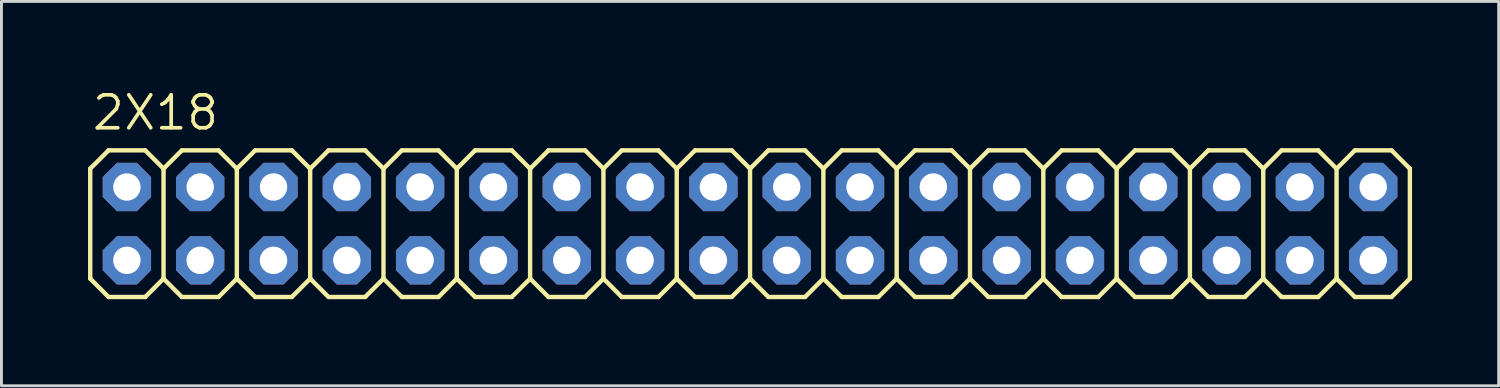
<source format=kicad_pcb>
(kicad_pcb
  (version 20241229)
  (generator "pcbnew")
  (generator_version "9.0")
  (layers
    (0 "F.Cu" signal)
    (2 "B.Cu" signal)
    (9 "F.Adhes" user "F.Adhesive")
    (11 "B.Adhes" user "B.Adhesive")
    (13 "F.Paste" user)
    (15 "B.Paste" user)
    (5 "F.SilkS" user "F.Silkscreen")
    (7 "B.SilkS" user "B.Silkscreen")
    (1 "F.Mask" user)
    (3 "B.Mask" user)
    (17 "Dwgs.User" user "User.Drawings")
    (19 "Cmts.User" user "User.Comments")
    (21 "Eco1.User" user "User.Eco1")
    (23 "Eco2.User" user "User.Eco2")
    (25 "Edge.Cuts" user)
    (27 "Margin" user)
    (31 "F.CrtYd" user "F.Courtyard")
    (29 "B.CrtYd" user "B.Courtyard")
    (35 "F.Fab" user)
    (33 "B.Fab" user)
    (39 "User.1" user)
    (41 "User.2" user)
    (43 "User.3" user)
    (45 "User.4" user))
  (footprint "2X18"
    (layer "F.Cu")
    (at 22.936 4.699)
    (property "Reference" "2X18" (at -22.86 -3.175 0) (unlocked yes) (layer "F.SilkS") (effects (font (size 1.143 1.143) (thickness 0.127)) (justify left bottom)))
    (fp_line (start -22.86 -1.905) (end -22.225 -2.54) (stroke (width 0.152) (type solid)) (layer "F.SilkS"))
    (fp_line (start -22.86 1.905) (end -22.86 -1.905) (stroke (width 0.152) (type solid)) (layer "F.SilkS"))
    (fp_line (start -22.86 1.905) (end -22.225 2.54) (stroke (width 0.152) (type solid)) (layer "F.SilkS"))
    (fp_line (start -22.225 -2.54) (end -20.955 -2.54) (stroke (width 0.152) (type solid)) (layer "F.SilkS"))
    (fp_line (start -22.225 2.54) (end -20.955 2.54) (stroke (width 0.152) (type solid)) (layer "F.SilkS"))
    (fp_line (start -20.955 -2.54) (end -20.32 -1.905) (stroke (width 0.152) (type solid)) (layer "F.SilkS"))
    (fp_line (start -20.955 2.54) (end -20.32 1.905) (stroke (width 0.152) (type solid)) (layer "F.SilkS"))
    (fp_line (start -20.32 -1.905) (end -20.32 1.905) (stroke (width 0.152) (type solid)) (layer "F.SilkS"))
    (fp_line (start -20.32 -1.905) (end -19.685 -2.54) (stroke (width 0.152) (type solid)) (layer "F.SilkS"))
    (fp_line (start -20.32 1.905) (end -19.685 2.54) (stroke (width 0.152) (type solid)) (layer "F.SilkS"))
    (fp_line (start -19.685 -2.54) (end -18.415 -2.54) (stroke (width 0.152) (type solid)) (layer "F.SilkS"))
    (fp_line (start -19.685 2.54) (end -18.415 2.54) (stroke (width 0.152) (type solid)) (layer "F.SilkS"))
    (fp_line (start -18.415 -2.54) (end -17.78 -1.905) (stroke (width 0.152) (type solid)) (layer "F.SilkS"))
    (fp_line (start -18.415 2.54) (end -17.78 1.905) (stroke (width 0.152) (type solid)) (layer "F.SilkS"))
    (fp_line (start -17.78 -1.905) (end -17.78 1.905) (stroke (width 0.152) (type solid)) (layer "F.SilkS"))
    (fp_line (start -17.78 -1.905) (end -17.145 -2.54) (stroke (width 0.152) (type solid)) (layer "F.SilkS"))
    (fp_line (start -17.78 1.905) (end -17.145 2.54) (stroke (width 0.152) (type solid)) (layer "F.SilkS"))
    (fp_line (start -17.145 -2.54) (end -15.875 -2.54) (stroke (width 0.152) (type solid)) (layer "F.SilkS"))
    (fp_line (start -17.145 2.54) (end -15.875 2.54) (stroke (width 0.152) (type solid)) (layer "F.SilkS"))
    (fp_line (start -15.875 -2.54) (end -15.24 -1.905) (stroke (width 0.152) (type solid)) (layer "F.SilkS"))
    (fp_line (start -15.875 2.54) (end -15.24 1.905) (stroke (width 0.152) (type solid)) (layer "F.SilkS"))
    (fp_line (start -15.24 -1.905) (end -15.24 1.905) (stroke (width 0.152) (type solid)) (layer "F.SilkS"))
    (fp_line (start -15.24 -1.905) (end -14.605 -2.54) (stroke (width 0.152) (type solid)) (layer "F.SilkS"))
    (fp_line (start -15.24 1.905) (end -14.605 2.54) (stroke (width 0.152) (type solid)) (layer "F.SilkS"))
    (fp_line (start -14.605 -2.54) (end -13.335 -2.54) (stroke (width 0.152) (type solid)) (layer "F.SilkS"))
    (fp_line (start -14.605 2.54) (end -13.335 2.54) (stroke (width 0.152) (type solid)) (layer "F.SilkS"))
    (fp_line (start -13.335 -2.54) (end -12.7 -1.905) (stroke (width 0.152) (type solid)) (layer "F.SilkS"))
    (fp_line (start -13.335 2.54) (end -12.7 1.905) (stroke (width 0.152) (type solid)) (layer "F.SilkS"))
    (fp_line (start -12.7 -1.905) (end -12.7 1.905) (stroke (width 0.152) (type solid)) (layer "F.SilkS"))
    (fp_line (start -12.7 -1.905) (end -12.065 -2.54) (stroke (width 0.152) (type solid)) (layer "F.SilkS"))
    (fp_line (start -12.7 1.905) (end -12.065 2.54) (stroke (width 0.152) (type solid)) (layer "F.SilkS"))
    (fp_line (start -12.065 -2.54) (end -10.795 -2.54) (stroke (width 0.152) (type solid)) (layer "F.SilkS"))
    (fp_line (start -12.065 2.54) (end -10.795 2.54) (stroke (width 0.152) (type solid)) (layer "F.SilkS"))
    (fp_line (start -10.795 -2.54) (end -10.16 -1.905) (stroke (width 0.152) (type solid)) (layer "F.SilkS"))
    (fp_line (start -10.795 2.54) (end -10.16 1.905) (stroke (width 0.152) (type solid)) (layer "F.SilkS"))
    (fp_line (start -10.16 -1.905) (end -10.16 1.905) (stroke (width 0.152) (type solid)) (layer "F.SilkS"))
    (fp_line (start -10.16 -1.905) (end -9.525 -2.54) (stroke (width 0.152) (type solid)) (layer "F.SilkS"))
    (fp_line (start -10.16 1.905) (end -9.525 2.54) (stroke (width 0.152) (type solid)) (layer "F.SilkS"))
    (fp_line (start -9.525 -2.54) (end -8.255 -2.54) (stroke (width 0.152) (type solid)) (layer "F.SilkS"))
    (fp_line (start -9.525 2.54) (end -8.255 2.54) (stroke (width 0.152) (type solid)) (layer "F.SilkS"))
    (fp_line (start -8.255 -2.54) (end -7.62 -1.905) (stroke (width 0.152) (type solid)) (layer "F.SilkS"))
    (fp_line (start -8.255 2.54) (end -7.62 1.905) (stroke (width 0.152) (type solid)) (layer "F.SilkS"))
    (fp_line (start -7.62 -1.905) (end -7.62 1.905) (stroke (width 0.152) (type solid)) (layer "F.SilkS"))
    (fp_line (start -7.62 -1.905) (end -6.985 -2.54) (stroke (width 0.152) (type solid)) (layer "F.SilkS"))
    (fp_line (start -7.62 1.905) (end -6.985 2.54) (stroke (width 0.152) (type solid)) (layer "F.SilkS"))
    (fp_line (start -6.985 -2.54) (end -5.715 -2.54) (stroke (width 0.152) (type solid)) (layer "F.SilkS"))
    (fp_line (start -5.715 -2.54) (end -5.08 -1.905) (stroke (width 0.152) (type solid)) (layer "F.SilkS"))
    (fp_line (start -5.715 2.54) (end -6.985 2.54) (stroke (width 0.152) (type solid)) (layer "F.SilkS"))
    (fp_line (start -5.08 -1.905) (end -5.08 1.905) (stroke (width 0.152) (type solid)) (layer "F.SilkS"))
    (fp_line (start -5.08 -1.905) (end -4.445 -2.54) (stroke (width 0.152) (type solid)) (layer "F.SilkS"))
    (fp_line (start -5.08 1.905) (end -5.715 2.54) (stroke (width 0.152) (type solid)) (layer "F.SilkS"))
    (fp_line (start -5.08 1.905) (end -4.445 2.54) (stroke (width 0.152) (type solid)) (layer "F.SilkS"))
    (fp_line (start -4.445 -2.54) (end -3.175 -2.54) (stroke (width 0.152) (type solid)) (layer "F.SilkS"))
    (fp_line (start -3.175 -2.54) (end -2.54 -1.905) (stroke (width 0.152) (type solid)) (layer "F.SilkS"))
    (fp_line (start -3.175 2.54) (end -4.445 2.54) (stroke (width 0.152) (type solid)) (layer "F.SilkS"))
    (fp_line (start -2.54 -1.905) (end -2.54 1.905) (stroke (width 0.152) (type solid)) (layer "F.SilkS"))
    (fp_line (start -2.54 -1.905) (end -1.905 -2.54) (stroke (width 0.152) (type solid)) (layer "F.SilkS"))
    (fp_line (start -2.54 1.905) (end -3.175 2.54) (stroke (width 0.152) (type solid)) (layer "F.SilkS"))
    (fp_line (start -2.54 1.905) (end -1.905 2.54) (stroke (width 0.152) (type solid)) (layer "F.SilkS"))
    (fp_line (start -1.905 -2.54) (end -0.635 -2.54) (stroke (width 0.152) (type solid)) (layer "F.SilkS"))
    (fp_line (start -0.635 -2.54) (end 0 -1.905) (stroke (width 0.152) (type solid)) (layer "F.SilkS"))
    (fp_line (start -0.635 2.54) (end -1.905 2.54) (stroke (width 0.152) (type solid)) (layer "F.SilkS"))
    (fp_line (start 0 -1.905) (end 0 1.905) (stroke (width 0.152) (type solid)) (layer "F.SilkS"))
    (fp_line (start 0 -1.905) (end 0.635 -2.54) (stroke (width 0.152) (type solid)) (layer "F.SilkS"))
    (fp_line (start 0 1.905) (end -0.635 2.54) (stroke (width 0.152) (type solid)) (layer "F.SilkS"))
    (fp_line (start 0 1.905) (end 0.635 2.54) (stroke (width 0.152) (type solid)) (layer "F.SilkS"))
    (fp_line (start 0.635 -2.54) (end 1.905 -2.54) (stroke (width 0.152) (type solid)) (layer "F.SilkS"))
    (fp_line (start 1.905 -2.54) (end 2.54 -1.905) (stroke (width 0.152) (type solid)) (layer "F.SilkS"))
    (fp_line (start 1.905 2.54) (end 0.635 2.54) (stroke (width 0.152) (type solid)) (layer "F.SilkS"))
    (fp_line (start 2.54 -1.905) (end 2.54 1.905) (stroke (width 0.152) (type solid)) (layer "F.SilkS"))
    (fp_line (start 2.54 -1.905) (end 3.175 -2.54) (stroke (width 0.152) (type solid)) (layer "F.SilkS"))
    (fp_line (start 2.54 1.905) (end 1.905 2.54) (stroke (width 0.152) (type solid)) (layer "F.SilkS"))
    (fp_line (start 2.54 1.905) (end 3.175 2.54) (stroke (width 0.152) (type solid)) (layer "F.SilkS"))
    (fp_line (start 3.175 -2.54) (end 4.445 -2.54) (stroke (width 0.152) (type solid)) (layer "F.SilkS"))
    (fp_line (start 4.445 -2.54) (end 5.08 -1.905) (stroke (width 0.152) (type solid)) (layer "F.SilkS"))
    (fp_line (start 4.445 2.54) (end 3.175 2.54) (stroke (width 0.152) (type solid)) (layer "F.SilkS"))
    (fp_line (start 5.08 -1.905) (end 5.08 1.905) (stroke (width 0.152) (type solid)) (layer "F.SilkS"))
    (fp_line (start 5.08 -1.905) (end 5.715 -2.54) (stroke (width 0.152) (type solid)) (layer "F.SilkS"))
    (fp_line (start 5.08 1.905) (end 4.445 2.54) (stroke (width 0.152) (type solid)) (layer "F.SilkS"))
    (fp_line (start 5.08 1.905) (end 5.715 2.54) (stroke (width 0.152) (type solid)) (layer "F.SilkS"))
    (fp_line (start 5.715 -2.54) (end 6.985 -2.54) (stroke (width 0.152) (type solid)) (layer "F.SilkS"))
    (fp_line (start 6.985 2.54) (end 5.715 2.54) (stroke (width 0.152) (type solid)) (layer "F.SilkS"))
    (fp_line (start 7.62 -1.905) (end 6.985 -2.54) (stroke (width 0.152) (type solid)) (layer "F.SilkS"))
    (fp_line (start 7.62 -1.905) (end 7.62 1.905) (stroke (width 0.152) (type solid)) (layer "F.SilkS"))
    (fp_line (start 7.62 -1.905) (end 8.255 -2.54) (stroke (width 0.152) (type solid)) (layer "F.SilkS"))
    (fp_line (start 7.62 1.905) (end 6.985 2.54) (stroke (width 0.152) (type solid)) (layer "F.SilkS"))
    (fp_line (start 7.62 1.905) (end 8.255 2.54) (stroke (width 0.152) (type solid)) (layer "F.SilkS"))
    (fp_line (start 9.525 -2.54) (end 8.255 -2.54) (stroke (width 0.152) (type solid)) (layer "F.SilkS"))
    (fp_line (start 9.525 -2.54) (end 10.16 -1.905) (stroke (width 0.152) (type solid)) (layer "F.SilkS"))
    (fp_line (start 9.525 2.54) (end 8.255 2.54) (stroke (width 0.152) (type solid)) (layer "F.SilkS"))
    (fp_line (start 10.16 -1.905) (end 10.16 1.905) (stroke (width 0.152) (type solid)) (layer "F.SilkS"))
    (fp_line (start 10.16 -1.905) (end 10.795 -2.54) (stroke (width 0.152) (type solid)) (layer "F.SilkS"))
    (fp_line (start 10.16 1.905) (end 9.525 2.54) (stroke (width 0.152) (type solid)) (layer "F.SilkS"))
    (fp_line (start 10.16 1.905) (end 10.795 2.54) (stroke (width 0.152) (type solid)) (layer "F.SilkS"))
    (fp_line (start 12.065 -2.54) (end 10.795 -2.54) (stroke (width 0.152) (type solid)) (layer "F.SilkS"))
    (fp_line (start 12.065 -2.54) (end 12.7 -1.905) (stroke (width 0.152) (type solid)) (layer "F.SilkS"))
    (fp_line (start 12.065 2.54) (end 10.795 2.54) (stroke (width 0.152) (type solid)) (layer "F.SilkS"))
    (fp_line (start 12.7 -1.905) (end 12.7 1.905) (stroke (width 0.152) (type solid)) (layer "F.SilkS"))
    (fp_line (start 12.7 -1.905) (end 13.335 -2.54) (stroke (width 0.152) (type solid)) (layer "F.SilkS"))
    (fp_line (start 12.7 1.905) (end 12.065 2.54) (stroke (width 0.152) (type solid)) (layer "F.SilkS"))
    (fp_line (start 13.335 2.54) (end 12.7 1.905) (stroke (width 0.152) (type solid)) (layer "F.SilkS"))
    (fp_line (start 13.335 2.54) (end 14.605 2.54) (stroke (width 0.152) (type solid)) (layer "F.SilkS"))
    (fp_line (start 14.605 -2.54) (end 13.335 -2.54) (stroke (width 0.152) (type solid)) (layer "F.SilkS"))
    (fp_line (start 14.605 -2.54) (end 15.24 -1.905) (stroke (width 0.152) (type solid)) (layer "F.SilkS"))
    (fp_line (start 15.24 -1.905) (end 15.24 1.905) (stroke (width 0.152) (type solid)) (layer "F.SilkS"))
    (fp_line (start 15.24 -1.905) (end 15.875 -2.54) (stroke (width 0.152) (type solid)) (layer "F.SilkS"))
    (fp_line (start 15.24 1.905) (end 14.605 2.54) (stroke (width 0.152) (type solid)) (layer "F.SilkS"))
    (fp_line (start 15.875 2.54) (end 15.24 1.905) (stroke (width 0.152) (type solid)) (layer "F.SilkS"))
    (fp_line (start 15.875 2.54) (end 17.145 2.54) (stroke (width 0.152) (type solid)) (layer "F.SilkS"))
    (fp_line (start 17.145 -2.54) (end 15.875 -2.54) (stroke (width 0.152) (type solid)) (layer "F.SilkS"))
    (fp_line (start 17.145 -2.54) (end 17.78 -1.905) (stroke (width 0.152) (type solid)) (layer "F.SilkS"))
    (fp_line (start 17.78 -1.905) (end 17.78 1.905) (stroke (width 0.152) (type solid)) (layer "F.SilkS"))
    (fp_line (start 17.78 -1.905) (end 18.415 -2.54) (stroke (width 0.152) (type solid)) (layer "F.SilkS"))
    (fp_line (start 17.78 1.905) (end 17.145 2.54) (stroke (width 0.152) (type solid)) (layer "F.SilkS"))
    (fp_line (start 17.78 1.905) (end 18.415 2.54) (stroke (width 0.152) (type solid)) (layer "F.SilkS"))
    (fp_line (start 19.685 -2.54) (end 18.415 -2.54) (stroke (width 0.152) (type solid)) (layer "F.SilkS"))
    (fp_line (start 19.685 -2.54) (end 20.32 -1.905) (stroke (width 0.152) (type solid)) (layer "F.SilkS"))
    (fp_line (start 19.685 2.54) (end 18.415 2.54) (stroke (width 0.152) (type solid)) (layer "F.SilkS"))
    (fp_line (start 20.32 -1.905) (end 20.32 1.905) (stroke (width 0.152) (type solid)) (layer "F.SilkS"))
    (fp_line (start 20.32 -1.905) (end 20.955 -2.54) (stroke (width 0.152) (type solid)) (layer "F.SilkS"))
    (fp_line (start 20.32 1.905) (end 19.685 2.54) (stroke (width 0.152) (type solid)) (layer "F.SilkS"))
    (fp_line (start 20.32 1.905) (end 20.955 2.54) (stroke (width 0.152) (type solid)) (layer "F.SilkS"))
    (fp_line (start 22.225 -2.54) (end 20.955 -2.54) (stroke (width 0.152) (type solid)) (layer "F.SilkS"))
    (fp_line (start 22.225 -2.54) (end 22.86 -1.905) (stroke (width 0.152) (type solid)) (layer "F.SilkS"))
    (fp_line (start 22.225 2.54) (end 20.955 2.54) (stroke (width 0.152) (type solid)) (layer "F.SilkS"))
    (fp_line (start 22.86 -1.905) (end 22.86 1.905) (stroke (width 0.152) (type solid)) (layer "F.SilkS"))
    (fp_line (start 22.86 1.905) (end 22.225 2.54) (stroke (width 0.152) (type solid)) (layer "F.SilkS"))
    (fp_poly (pts (xy -21.844 -1.016) (xy -21.336 -1.016) (xy -21.336 -1.524) (xy -21.844 -1.524)) (stroke (width 0.1) (type default)) (fill no) (layer "F.Fab"))
    (fp_poly (pts (xy -21.844 1.524) (xy -21.336 1.524) (xy -21.336 1.016) (xy -21.844 1.016)) (stroke (width 0.1) (type default)) (fill no) (layer "F.Fab"))
    (fp_poly (pts (xy -19.304 -1.016) (xy -18.796 -1.016) (xy -18.796 -1.524) (xy -19.304 -1.524)) (stroke (width 0.1) (type default)) (fill no) (layer "F.Fab"))
    (fp_poly (pts (xy -19.304 1.524) (xy -18.796 1.524) (xy -18.796 1.016) (xy -19.304 1.016)) (stroke (width 0.1) (type default)) (fill no) (layer "F.Fab"))
    (fp_poly (pts (xy -16.764 -1.016) (xy -16.256 -1.016) (xy -16.256 -1.524) (xy -16.764 -1.524)) (stroke (width 0.1) (type default)) (fill no) (layer "F.Fab"))
    (fp_poly (pts (xy -16.764 1.524) (xy -16.256 1.524) (xy -16.256 1.016) (xy -16.764 1.016)) (stroke (width 0.1) (type default)) (fill no) (layer "F.Fab"))
    (fp_poly (pts (xy -14.224 -1.016) (xy -13.716 -1.016) (xy -13.716 -1.524) (xy -14.224 -1.524)) (stroke (width 0.1) (type default)) (fill no) (layer "F.Fab"))
    (fp_poly (pts (xy -14.224 1.524) (xy -13.716 1.524) (xy -13.716 1.016) (xy -14.224 1.016)) (stroke (width 0.1) (type default)) (fill no) (layer "F.Fab"))
    (fp_poly (pts (xy -11.684 -1.016) (xy -11.176 -1.016) (xy -11.176 -1.524) (xy -11.684 -1.524)) (stroke (width 0.1) (type default)) (fill no) (layer "F.Fab"))
    (fp_poly (pts (xy -11.684 1.524) (xy -11.176 1.524) (xy -11.176 1.016) (xy -11.684 1.016)) (stroke (width 0.1) (type default)) (fill no) (layer "F.Fab"))
    (fp_poly (pts (xy -9.144 -1.016) (xy -8.636 -1.016) (xy -8.636 -1.524) (xy -9.144 -1.524)) (stroke (width 0.1) (type default)) (fill no) (layer "F.Fab"))
    (fp_poly (pts (xy -9.144 1.524) (xy -8.636 1.524) (xy -8.636 1.016) (xy -9.144 1.016)) (stroke (width 0.1) (type default)) (fill no) (layer "F.Fab"))
    (fp_poly (pts (xy -6.604 -1.016) (xy -6.096 -1.016) (xy -6.096 -1.524) (xy -6.604 -1.524)) (stroke (width 0.1) (type default)) (fill no) (layer "F.Fab"))
    (fp_poly (pts (xy -6.604 1.524) (xy -6.096 1.524) (xy -6.096 1.016) (xy -6.604 1.016)) (stroke (width 0.1) (type default)) (fill no) (layer "F.Fab"))
    (fp_poly (pts (xy -4.064 -1.016) (xy -3.556 -1.016) (xy -3.556 -1.524) (xy -4.064 -1.524)) (stroke (width 0.1) (type default)) (fill no) (layer "F.Fab"))
    (fp_poly (pts (xy -4.064 1.524) (xy -3.556 1.524) (xy -3.556 1.016) (xy -4.064 1.016)) (stroke (width 0.1) (type default)) (fill no) (layer "F.Fab"))
    (fp_poly (pts (xy -1.524 -1.016) (xy -1.016 -1.016) (xy -1.016 -1.524) (xy -1.524 -1.524)) (stroke (width 0.1) (type default)) (fill no) (layer "F.Fab"))
    (fp_poly (pts (xy -1.524 1.524) (xy -1.016 1.524) (xy -1.016 1.016) (xy -1.524 1.016)) (stroke (width 0.1) (type default)) (fill no) (layer "F.Fab"))
    (fp_poly (pts (xy 1.016 -1.016) (xy 1.524 -1.016) (xy 1.524 -1.524) (xy 1.016 -1.524)) (stroke (width 0.1) (type default)) (fill no) (layer "F.Fab"))
    (fp_poly (pts (xy 1.016 1.524) (xy 1.524 1.524) (xy 1.524 1.016) (xy 1.016 1.016)) (stroke (width 0.1) (type default)) (fill no) (layer "F.Fab"))
    (fp_poly (pts (xy 3.556 -1.016) (xy 4.064 -1.016) (xy 4.064 -1.524) (xy 3.556 -1.524)) (stroke (width 0.1) (type default)) (fill no) (layer "F.Fab"))
    (fp_poly (pts (xy 3.556 1.524) (xy 4.064 1.524) (xy 4.064 1.016) (xy 3.556 1.016)) (stroke (width 0.1) (type default)) (fill no) (layer "F.Fab"))
    (fp_poly (pts (xy 6.096 -1.016) (xy 6.604 -1.016) (xy 6.604 -1.524) (xy 6.096 -1.524)) (stroke (width 0.1) (type default)) (fill no) (layer "F.Fab"))
    (fp_poly (pts (xy 6.096 1.524) (xy 6.604 1.524) (xy 6.604 1.016) (xy 6.096 1.016)) (stroke (width 0.1) (type default)) (fill no) (layer "F.Fab"))
    (fp_poly (pts (xy 8.636 -1.016) (xy 9.144 -1.016) (xy 9.144 -1.524) (xy 8.636 -1.524)) (stroke (width 0.1) (type default)) (fill no) (layer "F.Fab"))
    (fp_poly (pts (xy 8.636 1.524) (xy 9.144 1.524) (xy 9.144 1.016) (xy 8.636 1.016)) (stroke (width 0.1) (type default)) (fill no) (layer "F.Fab"))
    (fp_poly (pts (xy 11.176 -1.016) (xy 11.684 -1.016) (xy 11.684 -1.524) (xy 11.176 -1.524)) (stroke (width 0.1) (type default)) (fill no) (layer "F.Fab"))
    (fp_poly (pts (xy 11.176 1.524) (xy 11.684 1.524) (xy 11.684 1.016) (xy 11.176 1.016)) (stroke (width 0.1) (type default)) (fill no) (layer "F.Fab"))
    (fp_poly (pts (xy 13.716 -1.016) (xy 14.224 -1.016) (xy 14.224 -1.524) (xy 13.716 -1.524)) (stroke (width 0.1) (type default)) (fill no) (layer "F.Fab"))
    (fp_poly (pts (xy 13.716 1.524) (xy 14.224 1.524) (xy 14.224 1.016) (xy 13.716 1.016)) (stroke (width 0.1) (type default)) (fill no) (layer "F.Fab"))
    (fp_poly (pts (xy 16.256 -1.016) (xy 16.764 -1.016) (xy 16.764 -1.524) (xy 16.256 -1.524)) (stroke (width 0.1) (type default)) (fill no) (layer "F.Fab"))
    (fp_poly (pts (xy 16.256 1.524) (xy 16.764 1.524) (xy 16.764 1.016) (xy 16.256 1.016)) (stroke (width 0.1) (type default)) (fill no) (layer "F.Fab"))
    (fp_poly (pts (xy 18.796 -1.016) (xy 19.304 -1.016) (xy 19.304 -1.524) (xy 18.796 -1.524)) (stroke (width 0.1) (type default)) (fill no) (layer "F.Fab"))
    (fp_poly (pts (xy 18.796 1.524) (xy 19.304 1.524) (xy 19.304 1.016) (xy 18.796 1.016)) (stroke (width 0.1) (type default)) (fill no) (layer "F.Fab"))
    (fp_poly (pts (xy 21.336 -1.016) (xy 21.844 -1.016) (xy 21.844 -1.524) (xy 21.336 -1.524)) (stroke (width 0.1) (type default)) (fill no) (layer "F.Fab"))
    (fp_poly (pts (xy 21.336 1.524) (xy 21.844 1.524) (xy 21.844 1.016) (xy 21.336 1.016)) (stroke (width 0.1) (type default)) (fill no) (layer "F.Fab"))
    (pad "1" thru_hole roundrect (at -21.59 1.27) (size 1.676 1.676) (drill 0.95) (layers "*.Cu" "*.Mask") (roundrect_rratio 0.25) (chamfer_ratio 0.293) (chamfer top_left top_right bottom_left bottom_right))
    (pad "2" thru_hole roundrect (at -21.59 -1.27) (size 1.676 1.676) (drill 0.95) (layers "*.Cu" "*.Mask") (roundrect_rratio 0.25) (chamfer_ratio 0.293) (chamfer top_left top_right bottom_left bottom_right))
    (pad "3" thru_hole roundrect (at -19.05 1.27) (size 1.676 1.676) (drill 0.95) (layers "*.Cu" "*.Mask") (roundrect_rratio 0.25) (chamfer_ratio 0.293) (chamfer top_left top_right bottom_left bottom_right))
    (pad "4" thru_hole roundrect (at -19.05 -1.27) (size 1.676 1.676) (drill 0.95) (layers "*.Cu" "*.Mask") (roundrect_rratio 0.25) (chamfer_ratio 0.293) (chamfer top_left top_right bottom_left bottom_right))
    (pad "5" thru_hole roundrect (at -16.51 1.27) (size 1.676 1.676) (drill 0.95) (layers "*.Cu" "*.Mask") (roundrect_rratio 0.25) (chamfer_ratio 0.293) (chamfer top_left top_right bottom_left bottom_right))
    (pad "6" thru_hole roundrect (at -16.51 -1.27) (size 1.676 1.676) (drill 0.95) (layers "*.Cu" "*.Mask") (roundrect_rratio 0.25) (chamfer_ratio 0.293) (chamfer top_left top_right bottom_left bottom_right))
    (pad "7" thru_hole roundrect (at -13.97 1.27) (size 1.676 1.676) (drill 0.95) (layers "*.Cu" "*.Mask") (roundrect_rratio 0.25) (chamfer_ratio 0.293) (chamfer top_left top_right bottom_left bottom_right))
    (pad "8" thru_hole roundrect (at -13.97 -1.27) (size 1.676 1.676) (drill 0.95) (layers "*.Cu" "*.Mask") (roundrect_rratio 0.25) (chamfer_ratio 0.293) (chamfer top_left top_right bottom_left bottom_right))
    (pad "9" thru_hole roundrect (at -11.43 1.27) (size 1.676 1.676) (drill 0.95) (layers "*.Cu" "*.Mask") (roundrect_rratio 0.25) (chamfer_ratio 0.293) (chamfer top_left top_right bottom_left bottom_right))
    (pad "10" thru_hole roundrect (at -11.43 -1.27) (size 1.676 1.676) (drill 0.95) (layers "*.Cu" "*.Mask") (roundrect_rratio 0.25) (chamfer_ratio 0.293) (chamfer top_left top_right bottom_left bottom_right))
    (pad "11" thru_hole roundrect (at -8.89 1.27) (size 1.676 1.676) (drill 0.95) (layers "*.Cu" "*.Mask") (roundrect_rratio 0.25) (chamfer_ratio 0.293) (chamfer top_left top_right bottom_left bottom_right))
    (pad "12" thru_hole roundrect (at -8.89 -1.27) (size 1.676 1.676) (drill 0.95) (layers "*.Cu" "*.Mask") (roundrect_rratio 0.25) (chamfer_ratio 0.293) (chamfer top_left top_right bottom_left bottom_right))
    (pad "13" thru_hole roundrect (at -6.35 1.27) (size 1.676 1.676) (drill 0.95) (layers "*.Cu" "*.Mask") (roundrect_rratio 0.25) (chamfer_ratio 0.293) (chamfer top_left top_right bottom_left bottom_right))
    (pad "14" thru_hole roundrect (at -6.35 -1.27) (size 1.676 1.676) (drill 0.95) (layers "*.Cu" "*.Mask") (roundrect_rratio 0.25) (chamfer_ratio 0.293) (chamfer top_left top_right bottom_left bottom_right))
    (pad "15" thru_hole roundrect (at -3.81 1.27) (size 1.676 1.676) (drill 0.95) (layers "*.Cu" "*.Mask") (roundrect_rratio 0.25) (chamfer_ratio 0.293) (chamfer top_left top_right bottom_left bottom_right))
    (pad "16" thru_hole roundrect (at -3.81 -1.27) (size 1.676 1.676) (drill 0.95) (layers "*.Cu" "*.Mask") (roundrect_rratio 0.25) (chamfer_ratio 0.293) (chamfer top_left top_right bottom_left bottom_right))
    (pad "17" thru_hole roundrect (at -1.27 1.27) (size 1.676 1.676) (drill 0.95) (layers "*.Cu" "*.Mask") (roundrect_rratio 0.25) (chamfer_ratio 0.293) (chamfer top_left top_right bottom_left bottom_right))
    (pad "18" thru_hole roundrect (at -1.27 -1.27) (size 1.676 1.676) (drill 0.95) (layers "*.Cu" "*.Mask") (roundrect_rratio 0.25) (chamfer_ratio 0.293) (chamfer top_left top_right bottom_left bottom_right))
    (pad "19" thru_hole roundrect (at 1.27 1.27) (size 1.676 1.676) (drill 0.95) (layers "*.Cu" "*.Mask") (roundrect_rratio 0.25) (chamfer_ratio 0.293) (chamfer top_left top_right bottom_left bottom_right))
    (pad "20" thru_hole roundrect (at 1.27 -1.27) (size 1.676 1.676) (drill 0.95) (layers "*.Cu" "*.Mask") (roundrect_rratio 0.25) (chamfer_ratio 0.293) (chamfer top_left top_right bottom_left bottom_right))
    (pad "21" thru_hole roundrect (at 3.81 1.27) (size 1.676 1.676) (drill 0.95) (layers "*.Cu" "*.Mask") (roundrect_rratio 0.25) (chamfer_ratio 0.293) (chamfer top_left top_right bottom_left bottom_right))
    (pad "22" thru_hole roundrect (at 3.81 -1.27) (size 1.676 1.676) (drill 0.95) (layers "*.Cu" "*.Mask") (roundrect_rratio 0.25) (chamfer_ratio 0.293) (chamfer top_left top_right bottom_left bottom_right))
    (pad "23" thru_hole roundrect (at 6.35 1.27) (size 1.676 1.676) (drill 0.95) (layers "*.Cu" "*.Mask") (roundrect_rratio 0.25) (chamfer_ratio 0.293) (chamfer top_left top_right bottom_left bottom_right))
    (pad "24" thru_hole roundrect (at 6.35 -1.27) (size 1.676 1.676) (drill 0.95) (layers "*.Cu" "*.Mask") (roundrect_rratio 0.25) (chamfer_ratio 0.293) (chamfer top_left top_right bottom_left bottom_right))
    (pad "25" thru_hole roundrect (at 8.89 1.27) (size 1.676 1.676) (drill 0.95) (layers "*.Cu" "*.Mask") (roundrect_rratio 0.25) (chamfer_ratio 0.293) (chamfer top_left top_right bottom_left bottom_right))
    (pad "26" thru_hole roundrect (at 8.89 -1.27) (size 1.676 1.676) (drill 0.95) (layers "*.Cu" "*.Mask") (roundrect_rratio 0.25) (chamfer_ratio 0.293) (chamfer top_left top_right bottom_left bottom_right))
    (pad "27" thru_hole roundrect (at 11.43 1.27) (size 1.676 1.676) (drill 0.95) (layers "*.Cu" "*.Mask") (roundrect_rratio 0.25) (chamfer_ratio 0.293) (chamfer top_left top_right bottom_left bottom_right))
    (pad "28" thru_hole roundrect (at 11.43 -1.27) (size 1.676 1.676) (drill 0.95) (layers "*.Cu" "*.Mask") (roundrect_rratio 0.25) (chamfer_ratio 0.293) (chamfer top_left top_right bottom_left bottom_right))
    (pad "29" thru_hole roundrect (at 13.97 1.27) (size 1.676 1.676) (drill 0.95) (layers "*.Cu" "*.Mask") (roundrect_rratio 0.25) (chamfer_ratio 0.293) (chamfer top_left top_right bottom_left bottom_right))
    (pad "30" thru_hole roundrect (at 13.97 -1.27) (size 1.676 1.676) (drill 0.95) (layers "*.Cu" "*.Mask") (roundrect_rratio 0.25) (chamfer_ratio 0.293) (chamfer top_left top_right bottom_left bottom_right))
    (pad "31" thru_hole roundrect (at 16.51 1.27) (size 1.676 1.676) (drill 0.95) (layers "*.Cu" "*.Mask") (roundrect_rratio 0.25) (chamfer_ratio 0.293) (chamfer top_left top_right bottom_left bottom_right))
    (pad "32" thru_hole roundrect (at 16.51 -1.27) (size 1.676 1.676) (drill 0.95) (layers "*.Cu" "*.Mask") (roundrect_rratio 0.25) (chamfer_ratio 0.293) (chamfer top_left top_right bottom_left bottom_right))
    (pad "33" thru_hole roundrect (at 19.05 1.27) (size 1.676 1.676) (drill 0.95) (layers "*.Cu" "*.Mask") (roundrect_rratio 0.25) (chamfer_ratio 0.293) (chamfer top_left top_right bottom_left bottom_right))
    (pad "34" thru_hole roundrect (at 19.05 -1.27) (size 1.676 1.676) (drill 0.95) (layers "*.Cu" "*.Mask") (roundrect_rratio 0.25) (chamfer_ratio 0.293) (chamfer top_left top_right bottom_left bottom_right))
    (pad "35" thru_hole roundrect (at 21.59 1.27) (size 1.676 1.676) (drill 0.95) (layers "*.Cu" "*.Mask") (roundrect_rratio 0.25) (chamfer_ratio 0.293) (chamfer top_left top_right bottom_left bottom_right))
    (pad "36" thru_hole roundrect (at 21.59 -1.27) (size 1.676 1.676) (drill 0.95) (layers "*.Cu" "*.Mask") (roundrect_rratio 0.25) (chamfer_ratio 0.293) (chamfer top_left top_right bottom_left bottom_right)))
  (gr_rect
    (start -3 -3)
    (end 48.872 10.315)
    (stroke (width 0.1) (type default))
    (fill no)
    (layer "Edge.Cuts")))
</source>
